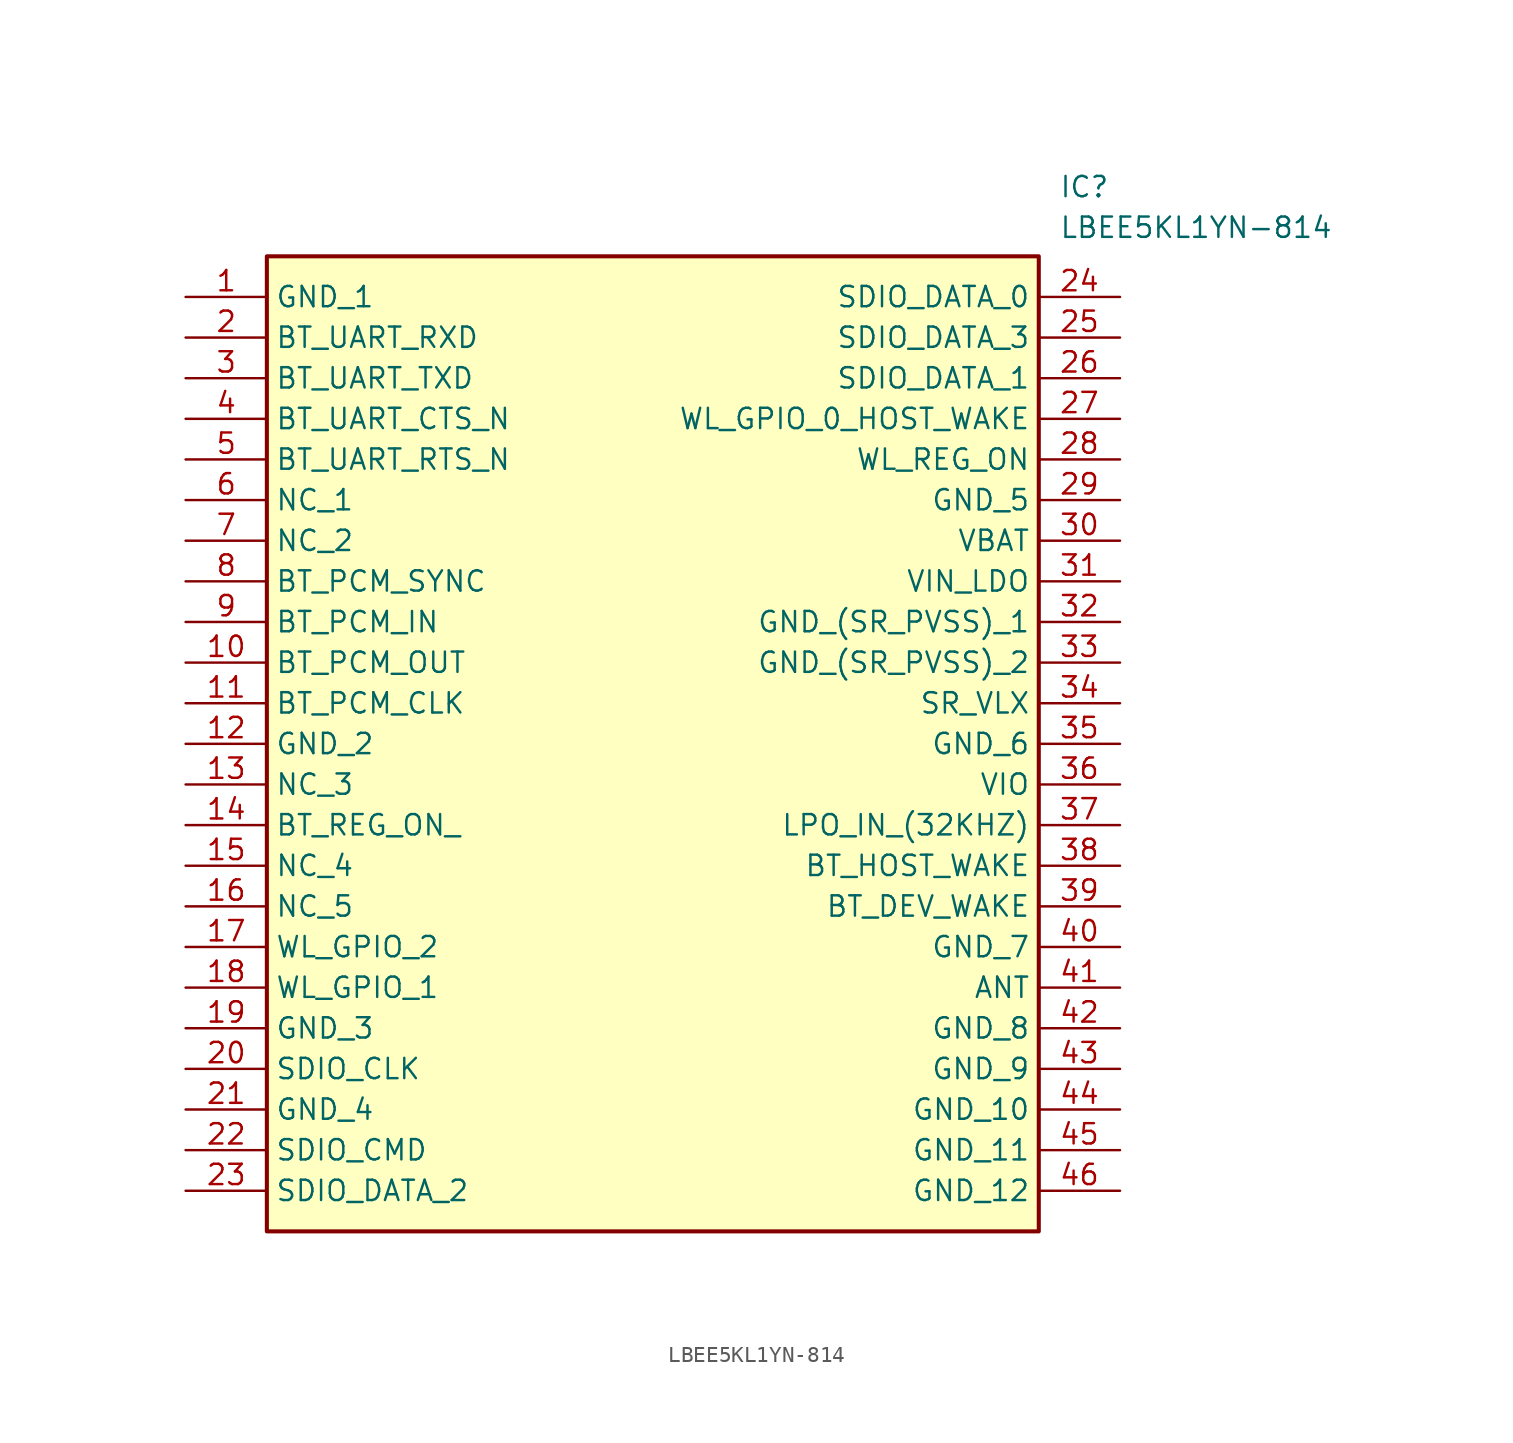
<source format=kicad_sym>
(kicad_symbol_lib
  (version 20211014)
  (generator SamacSys_ECAD_Model)
  (symbol "LBEE5KL1YN-814"
    (property "Reference" "IC"
      (at 54.61 7.62 0)
      (effects (font (size 1.27 1.27)) (justify left top)))
    (property "Value" "LBEE5KL1YN-814"
      (at 54.61 5.08 0)
      (effects (font (size 1.27 1.27)) (justify left top)))
    (rectangle
      (start 5.08 2.54)
      (end 53.34 -58.42)
      (stroke (width 0.254) (type default))
      (fill (type background)))
    (pin passive line
      (at 0 0 0)
      (length 5.08)
      (name "GND_1" (effects (font (size 1.27 1.27))))
      (number "1" (effects (font (size 1.27 1.27)))))
    (pin passive line
      (at 0 -2.54 0)
      (length 5.08)
      (name "BT_UART_RXD" (effects (font (size 1.27 1.27))))
      (number "2" (effects (font (size 1.27 1.27)))))
    (pin passive line
      (at 0 -5.08 0)
      (length 5.08)
      (name "BT_UART_TXD" (effects (font (size 1.27 1.27))))
      (number "3" (effects (font (size 1.27 1.27)))))
    (pin passive line
      (at 0 -7.62 0)
      (length 5.08)
      (name "BT_UART_CTS_N" (effects (font (size 1.27 1.27))))
      (number "4" (effects (font (size 1.27 1.27)))))
    (pin passive line
      (at 0 -10.16 0)
      (length 5.08)
      (name "BT_UART_RTS_N" (effects (font (size 1.27 1.27))))
      (number "5" (effects (font (size 1.27 1.27)))))
    (pin passive line
      (at 0 -12.7 0)
      (length 5.08)
      (name "NC_1" (effects (font (size 1.27 1.27))))
      (number "6" (effects (font (size 1.27 1.27)))))
    (pin passive line
      (at 0 -15.24 0)
      (length 5.08)
      (name "NC_2" (effects (font (size 1.27 1.27))))
      (number "7" (effects (font (size 1.27 1.27)))))
    (pin passive line
      (at 0 -17.78 0)
      (length 5.08)
      (name "BT_PCM_SYNC" (effects (font (size 1.27 1.27))))
      (number "8" (effects (font (size 1.27 1.27)))))
    (pin passive line
      (at 0 -20.32 0)
      (length 5.08)
      (name "BT_PCM_IN" (effects (font (size 1.27 1.27))))
      (number "9" (effects (font (size 1.27 1.27)))))
    (pin passive line
      (at 0 -22.86 0)
      (length 5.08)
      (name "BT_PCM_OUT" (effects (font (size 1.27 1.27))))
      (number "10" (effects (font (size 1.27 1.27)))))
    (pin passive line
      (at 0 -25.4 0)
      (length 5.08)
      (name "BT_PCM_CLK" (effects (font (size 1.27 1.27))))
      (number "11" (effects (font (size 1.27 1.27)))))
    (pin passive line
      (at 0 -27.94 0)
      (length 5.08)
      (name "GND_2" (effects (font (size 1.27 1.27))))
      (number "12" (effects (font (size 1.27 1.27)))))
    (pin passive line
      (at 0 -30.48 0)
      (length 5.08)
      (name "NC_3" (effects (font (size 1.27 1.27))))
      (number "13" (effects (font (size 1.27 1.27)))))
    (pin passive line
      (at 0 -33.02 0)
      (length 5.08)
      (name "BT_REG_ON_" (effects (font (size 1.27 1.27))))
      (number "14" (effects (font (size 1.27 1.27)))))
    (pin passive line
      (at 0 -35.56 0)
      (length 5.08)
      (name "NC_4" (effects (font (size 1.27 1.27))))
      (number "15" (effects (font (size 1.27 1.27)))))
    (pin passive line
      (at 0 -38.1 0)
      (length 5.08)
      (name "NC_5" (effects (font (size 1.27 1.27))))
      (number "16" (effects (font (size 1.27 1.27)))))
    (pin passive line
      (at 0 -40.64 0)
      (length 5.08)
      (name "WL_GPIO_2" (effects (font (size 1.27 1.27))))
      (number "17" (effects (font (size 1.27 1.27)))))
    (pin passive line
      (at 0 -43.18 0)
      (length 5.08)
      (name "WL_GPIO_1" (effects (font (size 1.27 1.27))))
      (number "18" (effects (font (size 1.27 1.27)))))
    (pin passive line
      (at 0 -45.72 0)
      (length 5.08)
      (name "GND_3" (effects (font (size 1.27 1.27))))
      (number "19" (effects (font (size 1.27 1.27)))))
    (pin passive line
      (at 0 -48.26 0)
      (length 5.08)
      (name "SDIO_CLK" (effects (font (size 1.27 1.27))))
      (number "20" (effects (font (size 1.27 1.27)))))
    (pin passive line
      (at 0 -50.8 0)
      (length 5.08)
      (name "GND_4" (effects (font (size 1.27 1.27))))
      (number "21" (effects (font (size 1.27 1.27)))))
    (pin passive line
      (at 0 -53.34 0)
      (length 5.08)
      (name "SDIO_CMD" (effects (font (size 1.27 1.27))))
      (number "22" (effects (font (size 1.27 1.27)))))
    (pin passive line
      (at 0 -55.88 0)
      (length 5.08)
      (name "SDIO_DATA_2" (effects (font (size 1.27 1.27))))
      (number "23" (effects (font (size 1.27 1.27)))))
    (pin passive line
      (at 58.42 0 180)
      (length 5.08)
      (name "SDIO_DATA_0" (effects (font (size 1.27 1.27))))
      (number "24" (effects (font (size 1.27 1.27)))))
    (pin passive line
      (at 58.42 -2.54 180)
      (length 5.08)
      (name "SDIO_DATA_3" (effects (font (size 1.27 1.27))))
      (number "25" (effects (font (size 1.27 1.27)))))
    (pin passive line
      (at 58.42 -5.08 180)
      (length 5.08)
      (name "SDIO_DATA_1" (effects (font (size 1.27 1.27))))
      (number "26" (effects (font (size 1.27 1.27)))))
    (pin passive line
      (at 58.42 -7.62 180)
      (length 5.08)
      (name "WL_GPIO_0_HOST_WAKE" (effects (font (size 1.27 1.27))))
      (number "27" (effects (font (size 1.27 1.27)))))
    (pin passive line
      (at 58.42 -10.16 180)
      (length 5.08)
      (name "WL_REG_ON" (effects (font (size 1.27 1.27))))
      (number "28" (effects (font (size 1.27 1.27)))))
    (pin passive line
      (at 58.42 -12.7 180)
      (length 5.08)
      (name "GND_5" (effects (font (size 1.27 1.27))))
      (number "29" (effects (font (size 1.27 1.27)))))
    (pin passive line
      (at 58.42 -15.24 180)
      (length 5.08)
      (name "VBAT" (effects (font (size 1.27 1.27))))
      (number "30" (effects (font (size 1.27 1.27)))))
    (pin passive line
      (at 58.42 -17.78 180)
      (length 5.08)
      (name "VIN_LDO" (effects (font (size 1.27 1.27))))
      (number "31" (effects (font (size 1.27 1.27)))))
    (pin passive line
      (at 58.42 -20.32 180)
      (length 5.08)
      (name "GND_(SR_PVSS)_1" (effects (font (size 1.27 1.27))))
      (number "32" (effects (font (size 1.27 1.27)))))
    (pin passive line
      (at 58.42 -22.86 180)
      (length 5.08)
      (name "GND_(SR_PVSS)_2" (effects (font (size 1.27 1.27))))
      (number "33" (effects (font (size 1.27 1.27)))))
    (pin passive line
      (at 58.42 -25.4 180)
      (length 5.08)
      (name "SR_VLX" (effects (font (size 1.27 1.27))))
      (number "34" (effects (font (size 1.27 1.27)))))
    (pin passive line
      (at 58.42 -27.94 180)
      (length 5.08)
      (name "GND_6" (effects (font (size 1.27 1.27))))
      (number "35" (effects (font (size 1.27 1.27)))))
    (pin passive line
      (at 58.42 -30.48 180)
      (length 5.08)
      (name "VIO" (effects (font (size 1.27 1.27))))
      (number "36" (effects (font (size 1.27 1.27)))))
    (pin passive line
      (at 58.42 -33.02 180)
      (length 5.08)
      (name "LPO_IN_(32KHZ)" (effects (font (size 1.27 1.27))))
      (number "37" (effects (font (size 1.27 1.27)))))
    (pin passive line
      (at 58.42 -35.56 180)
      (length 5.08)
      (name "BT_HOST_WAKE" (effects (font (size 1.27 1.27))))
      (number "38" (effects (font (size 1.27 1.27)))))
    (pin passive line
      (at 58.42 -38.1 180)
      (length 5.08)
      (name "BT_DEV_WAKE" (effects (font (size 1.27 1.27))))
      (number "39" (effects (font (size 1.27 1.27)))))
    (pin passive line
      (at 58.42 -40.64 180)
      (length 5.08)
      (name "GND_7" (effects (font (size 1.27 1.27))))
      (number "40" (effects (font (size 1.27 1.27)))))
    (pin passive line
      (at 58.42 -43.18 180)
      (length 5.08)
      (name "ANT" (effects (font (size 1.27 1.27))))
      (number "41" (effects (font (size 1.27 1.27)))))
    (pin passive line
      (at 58.42 -45.72 180)
      (length 5.08)
      (name "GND_8" (effects (font (size 1.27 1.27))))
      (number "42" (effects (font (size 1.27 1.27)))))
    (pin passive line
      (at 58.42 -48.26 180)
      (length 5.08)
      (name "GND_9" (effects (font (size 1.27 1.27))))
      (number "43" (effects (font (size 1.27 1.27)))))
    (pin passive line
      (at 58.42 -50.8 180)
      (length 5.08)
      (name "GND_10" (effects (font (size 1.27 1.27))))
      (number "44" (effects (font (size 1.27 1.27)))))
    (pin passive line
      (at 58.42 -53.34 180)
      (length 5.08)
      (name "GND_11" (effects (font (size 1.27 1.27))))
      (number "45" (effects (font (size 1.27 1.27)))))
    (pin passive line
      (at 58.42 -55.88 180)
      (length 5.08)
      (name "GND_12" (effects (font (size 1.27 1.27))))
      (number "46" (effects (font (size 1.27 1.27)))))))
</source>
